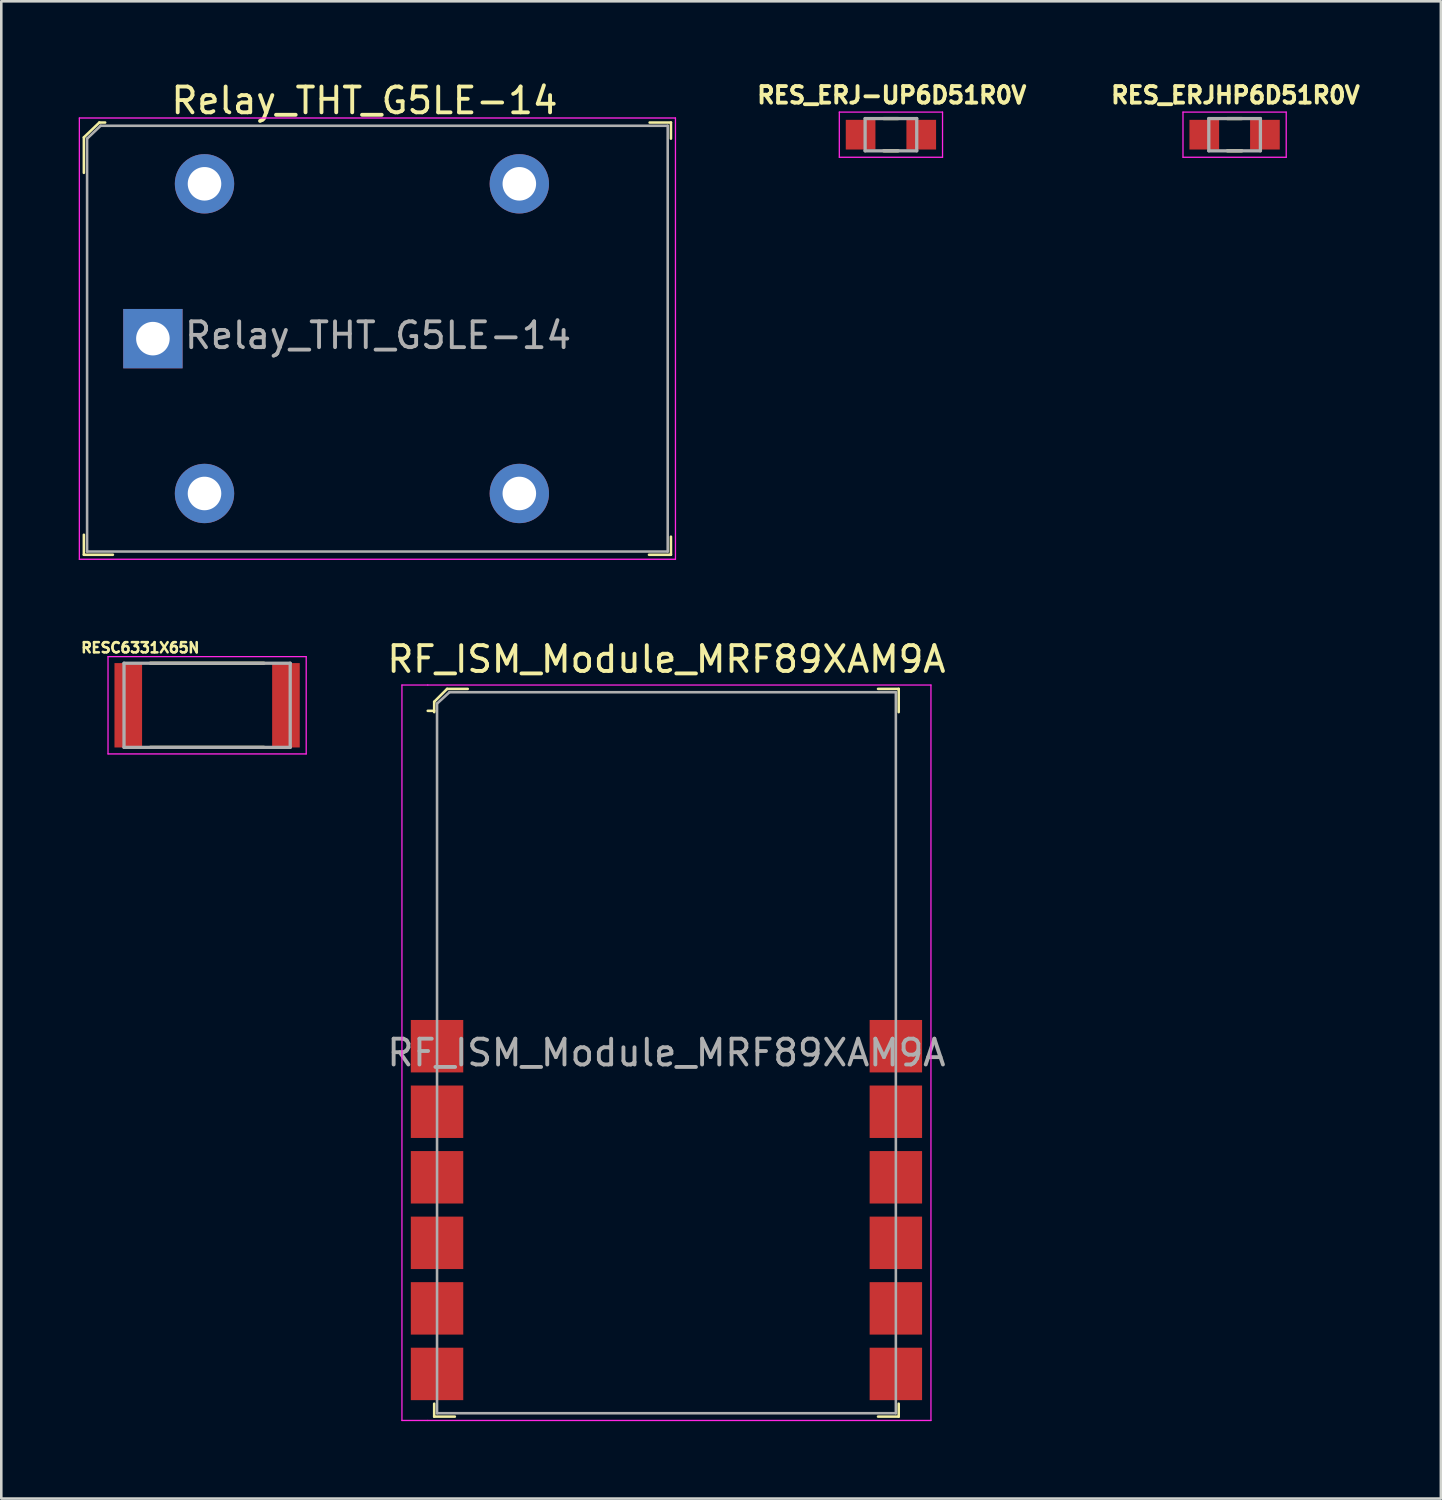
<source format=kicad_pcb>
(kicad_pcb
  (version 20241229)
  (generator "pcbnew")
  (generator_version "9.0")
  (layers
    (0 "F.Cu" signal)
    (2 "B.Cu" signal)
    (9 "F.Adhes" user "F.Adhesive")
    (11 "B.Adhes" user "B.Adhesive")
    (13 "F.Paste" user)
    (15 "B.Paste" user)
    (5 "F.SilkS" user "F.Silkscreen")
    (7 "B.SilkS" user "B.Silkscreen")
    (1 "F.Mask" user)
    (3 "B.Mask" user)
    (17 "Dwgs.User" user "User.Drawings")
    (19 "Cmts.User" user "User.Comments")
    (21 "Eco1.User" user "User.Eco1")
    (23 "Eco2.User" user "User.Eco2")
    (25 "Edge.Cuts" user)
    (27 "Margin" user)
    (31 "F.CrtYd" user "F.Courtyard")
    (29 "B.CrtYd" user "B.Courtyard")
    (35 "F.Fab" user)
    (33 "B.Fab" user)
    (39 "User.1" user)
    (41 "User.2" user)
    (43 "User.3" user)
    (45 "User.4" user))
  (footprint "RES_ERJHP6D51R0V"
    (layer "F.Cu")
    (at 44.793 2.169)
    (property "Reference" "RES_ERJHP6D51R0V" (at 0.032 -1.531 0) (layer "F.SilkS") (effects (font (size 0.64 0.64) (thickness 0.15))))
    (attr smd)
    (fp_line (start -0.28 -0.625) (end 0.28 -0.625) (stroke (width 0.127) (type solid)) (layer "F.SilkS"))
    (fp_line (start -0.28 0.625) (end 0.28 0.625) (stroke (width 0.127) (type solid)) (layer "F.SilkS"))
    (fp_line (start -2 -0.875) (end -2 0.875) (stroke (width 0.05) (type solid)) (layer "F.CrtYd"))
    (fp_line (start -2 0.875) (end 2 0.875) (stroke (width 0.05) (type solid)) (layer "F.CrtYd"))
    (fp_line (start 2 -0.875) (end -2 -0.875) (stroke (width 0.05) (type solid)) (layer "F.CrtYd"))
    (fp_line (start 2 0.875) (end 2 -0.875) (stroke (width 0.05) (type solid)) (layer "F.CrtYd"))
    (fp_line (start -1 -0.625) (end -1 0.625) (stroke (width 0.127) (type solid)) (layer "F.Fab"))
    (fp_line (start -1 -0.625) (end 1 -0.625) (stroke (width 0.127) (type solid)) (layer "F.Fab"))
    (fp_line (start -1 0.625) (end 1 0.625) (stroke (width 0.127) (type solid)) (layer "F.Fab"))
    (fp_line (start 1 -0.625) (end 1 0.625) (stroke (width 0.127) (type solid)) (layer "F.Fab"))
    (pad "1" smd rect (at -1.175 0) (size 1.15 1.15) (layers "F.Cu" "F.Mask" "F.Paste"))
    (pad "2" smd rect (at 1.175 0) (size 1.15 1.15) (layers "F.Cu" "F.Mask" "F.Paste")))
  (footprint "RES_ERJ-UP6D51R0V"
    (layer "F.Cu")
    (at 31.475 2.169)
    (property "Reference" "RES_ERJ-UP6D51R0V" (at 0.032 -1.531 0) (layer "F.SilkS") (effects (font (size 0.64 0.64) (thickness 0.15))))
    (attr smd)
    (fp_line (start -0.28 -0.625) (end 0.28 -0.625) (stroke (width 0.127) (type solid)) (layer "F.SilkS"))
    (fp_line (start -0.28 0.625) (end 0.28 0.625) (stroke (width 0.127) (type solid)) (layer "F.SilkS"))
    (fp_line (start -2 -0.875) (end -2 0.875) (stroke (width 0.05) (type solid)) (layer "F.CrtYd"))
    (fp_line (start -2 0.875) (end 2 0.875) (stroke (width 0.05) (type solid)) (layer "F.CrtYd"))
    (fp_line (start 2 -0.875) (end -2 -0.875) (stroke (width 0.05) (type solid)) (layer "F.CrtYd"))
    (fp_line (start 2 0.875) (end 2 -0.875) (stroke (width 0.05) (type solid)) (layer "F.CrtYd"))
    (fp_line (start -1 -0.625) (end -1 0.625) (stroke (width 0.127) (type solid)) (layer "F.Fab"))
    (fp_line (start -1 -0.625) (end 1 -0.625) (stroke (width 0.127) (type solid)) (layer "F.Fab"))
    (fp_line (start -1 0.625) (end 1 0.625) (stroke (width 0.127) (type solid)) (layer "F.Fab"))
    (fp_line (start 1 -0.625) (end 1 0.625) (stroke (width 0.127) (type solid)) (layer "F.Fab"))
    (pad "1" smd rect (at -1.175 0) (size 1.15 1.15) (layers "F.Cu" "F.Mask" "F.Paste"))
    (pad "2" smd rect (at 1.175 0) (size 1.15 1.15) (layers "F.Cu" "F.Mask" "F.Paste")))
  (footprint "Relay_THT_G5LE-14"
    (layer "F.Cu")
    (at 2.875 10.073)
    (property "Reference" "Relay_THT_G5LE-14" (at 8.2 -9.225 0) (layer "F.SilkS") (effects (font (size 1 1) (thickness 0.15))))
    (attr through_hole)
    (fp_line (start -2.675 -7.8) (end -2.675 -6.425) (stroke (width 0.1) (type solid)) (layer "F.SilkS"))
    (fp_line (start -2.675 8.375) (end -2.675 7.6) (stroke (width 0.1) (type solid)) (layer "F.SilkS"))
    (fp_line (start -2.075 -8.375) (end -2.675 -7.8) (stroke (width 0.1) (type solid)) (layer "F.SilkS"))
    (fp_line (start -1.85 -8.375) (end -2.075 -8.375) (stroke (width 0.1) (type solid)) (layer "F.SilkS"))
    (fp_line (start -1.55 8.375) (end -2.675 8.375) (stroke (width 0.1) (type solid)) (layer "F.SilkS"))
    (fp_line (start 19.25 -8.375) (end 20.075 -8.375) (stroke (width 0.1) (type solid)) (layer "F.SilkS"))
    (fp_line (start 20.075 -8.375) (end 20.075 -7.75) (stroke (width 0.1) (type solid)) (layer "F.SilkS"))
    (fp_line (start 20.075 7.675) (end 20.075 8.375) (stroke (width 0.1) (type solid)) (layer "F.SilkS"))
    (fp_line (start 20.075 8.375) (end 19.225 8.375) (stroke (width 0.1) (type solid)) (layer "F.SilkS"))
    (fp_line (start -2.85 -8.55) (end -2.85 8.55) (stroke (width 0.05) (type solid)) (layer "F.CrtYd"))
    (fp_line (start -2.85 -8.55) (end 20.25 -8.55) (stroke (width 0.05) (type solid)) (layer "F.CrtYd"))
    (fp_line (start 20.25 -8.55) (end 20.25 8.55) (stroke (width 0.05) (type solid)) (layer "F.CrtYd"))
    (fp_line (start 20.25 8.55) (end -2.85 8.55) (stroke (width 0.05) (type solid)) (layer "F.CrtYd"))
    (fp_line (start -2.55 -7.75) (end -2.55 8.25) (stroke (width 0.1) (type solid)) (layer "F.Fab"))
    (fp_line (start -2.55 8.25) (end 19.95 8.25) (stroke (width 0.1) (type solid)) (layer "F.Fab"))
    (fp_line (start -2.025 -8.25) (end -2.55 -7.75) (stroke (width 0.1) (type solid)) (layer "F.Fab"))
    (fp_line (start -2.025 -8.25) (end 19.95 -8.25) (stroke (width 0.1) (type solid)) (layer "F.Fab"))
    (fp_line (start 19.95 -8.25) (end 19.95 8.25) (stroke (width 0.1) (type solid)) (layer "F.Fab"))
    (fp_text user "${REFERENCE}" (at 8.725 -0.125 0) (layer "F.Fab") (effects (font (size 1 1) (thickness 0.15))))
    (pad "1" thru_hole rect (at 0 0) (size 2.3 2.3) (drill 1.3) (layers "*.Cu" "*.Mask"))
    (pad "2" thru_hole circle (at 2 6) (size 2.3 2.3) (drill 1.3) (layers "*.Cu" "*.Mask"))
    (pad "3" thru_hole circle (at 14.2 6) (size 2.3 2.3) (drill 1.3) (layers "*.Cu" "*.Mask"))
    (pad "4" thru_hole circle (at 14.2 -6) (size 2.3 2.3) (drill 1.3) (layers "*.Cu" "*.Mask"))
    (pad "5" thru_hole circle (at 2 -6) (size 2.3 2.3) (drill 1.3) (layers "*.Cu" "*.Mask")))
  (footprint "RF_ISM_Module_MRF89XAM9A"
    (layer "F.Cu")
    (at 22.776 37.746)
    (property "Reference" "RF_ISM_Module_MRF89XAM9A" (at 0 -15.25 0) (layer "F.SilkS") (effects (font (size 1 1) (thickness 0.15))))
    (attr smd)
    (fp_line (start -9 -13.6) (end -9 -13.2) (stroke (width 0.1) (type solid)) (layer "F.SilkS"))
    (fp_line (start -9 -13.25) (end -9.25 -13.25) (stroke (width 0.1) (type solid)) (layer "F.SilkS"))
    (fp_line (start -9 13.6) (end -9 14.1) (stroke (width 0.1) (type solid)) (layer "F.SilkS"))
    (fp_line (start -9 14.1) (end -8.2 14.1) (stroke (width 0.1) (type solid)) (layer "F.SilkS"))
    (fp_line (start -8.5 -14.1) (end -9 -13.6) (stroke (width 0.1) (type solid)) (layer "F.SilkS"))
    (fp_line (start -7.7 -14.1) (end -8.5 -14.1) (stroke (width 0.1) (type solid)) (layer "F.SilkS"))
    (fp_line (start 8.2 -14.1) (end 9 -14.1) (stroke (width 0.1) (type solid)) (layer "F.SilkS"))
    (fp_line (start 9 -14.1) (end 9 -13.2) (stroke (width 0.1) (type solid)) (layer "F.SilkS"))
    (fp_line (start 9 13.6) (end 9 14.1) (stroke (width 0.1) (type solid)) (layer "F.SilkS"))
    (fp_line (start 9 14.1) (end 8.2 14.1) (stroke (width 0.1) (type solid)) (layer "F.SilkS"))
    (fp_line (start -10.25 -14.25) (end -10.25 14.25) (stroke (width 0.05) (type solid)) (layer "F.CrtYd"))
    (fp_line (start -10.25 -14.25) (end -9.25 -14.25) (stroke (width 0.05) (type solid)) (layer "F.CrtYd"))
    (fp_line (start -10.25 14.25) (end -9.25 14.25) (stroke (width 0.05) (type solid)) (layer "F.CrtYd"))
    (fp_line (start -9.25 -14.25) (end 10.25 -14.25) (stroke (width 0.05) (type solid)) (layer "F.CrtYd"))
    (fp_line (start -9.25 14.25) (end 10.25 14.25) (stroke (width 0.05) (type solid)) (layer "F.CrtYd"))
    (fp_line (start 10.25 -14.25) (end 10.25 14.25) (stroke (width 0.05) (type solid)) (layer "F.CrtYd"))
    (fp_line (start -8.89 13.97) (end -8.89 -13.53) (stroke (width 0.1) (type solid)) (layer "F.Fab"))
    (fp_line (start -8.89 13.97) (end 8.89 13.97) (stroke (width 0.1) (type solid)) (layer "F.Fab"))
    (fp_line (start -8.41 -13.97) (end -8.89 -13.53) (stroke (width 0.1) (type solid)) (layer "F.Fab"))
    (fp_line (start 8.89 -13.97) (end -8.41 -13.97) (stroke (width 0.1) (type solid)) (layer "F.Fab"))
    (fp_line (start 8.89 -13.97) (end 8.89 13.97) (stroke (width 0.1) (type solid)) (layer "F.Fab"))
    (fp_text user "${REFERENCE}" (at 0 0 0) (layer "F.Fab") (effects (font (size 1 1) (thickness 0.15))))
    (pad "1" smd rect (at -8.89 -0.254) (size 2.032 2.032) (layers "F.Cu" "F.Mask" "F.Paste"))
    (pad "2" smd rect (at -8.89 2.286) (size 2.032 2.032) (layers "F.Cu" "F.Mask" "F.Paste"))
    (pad "3" smd rect (at -8.89 4.826) (size 2.032 2.032) (layers "F.Cu" "F.Mask" "F.Paste"))
    (pad "4" smd rect (at -8.89 7.366) (size 2.032 2.032) (layers "F.Cu" "F.Mask" "F.Paste"))
    (pad "5" smd rect (at -8.89 9.906) (size 2.032 2.032) (layers "F.Cu" "F.Mask" "F.Paste"))
    (pad "6" smd rect (at -8.89 12.446) (size 2.032 2.032) (layers "F.Cu" "F.Mask" "F.Paste"))
    (pad "7" smd rect (at 8.89 12.446) (size 2.032 2.032) (layers "F.Cu" "F.Mask" "F.Paste"))
    (pad "8" smd rect (at 8.89 9.906) (size 2.032 2.032) (layers "F.Cu" "F.Mask" "F.Paste"))
    (pad "9" smd rect (at 8.89 7.366) (size 2.032 2.032) (layers "F.Cu" "F.Mask" "F.Paste"))
    (pad "10" smd rect (at 8.89 4.826) (size 2.032 2.032) (layers "F.Cu" "F.Mask" "F.Paste"))
    (pad "11" smd rect (at 8.89 2.286) (size 2.032 2.032) (layers "F.Cu" "F.Mask" "F.Paste"))
    (pad "12" smd rect (at 8.89 -0.254) (size 2.032 2.032) (layers "F.Cu" "F.Mask" "F.Paste")))
  (footprint "RESC6331X65N"
    (layer "F.Cu")
    (at 4.976 24.281)
    (property "Reference" "RESC6331X65N" (at -2.59 -2.23 0) (layer "F.SilkS") (effects (font (size 0.394 0.394) (thickness 0.098))))
    (attr smd)
    (fp_line (start -2.2 -1.63) (end 2.2 -1.63) (stroke (width 0.127) (type solid)) (layer "F.SilkS"))
    (fp_line (start -2.2 1.63) (end 2.2 1.63) (stroke (width 0.127) (type solid)) (layer "F.SilkS"))
    (fp_line (start -3.84 -1.885) (end 3.84 -1.885) (stroke (width 0.05) (type solid)) (layer "F.CrtYd"))
    (fp_line (start -3.84 1.885) (end -3.84 -1.885) (stroke (width 0.05) (type solid)) (layer "F.CrtYd"))
    (fp_line (start -3.84 1.885) (end 3.84 1.885) (stroke (width 0.05) (type solid)) (layer "F.CrtYd"))
    (fp_line (start 3.84 1.885) (end 3.84 -1.885) (stroke (width 0.05) (type solid)) (layer "F.CrtYd"))
    (fp_line (start -3.22 1.63) (end -3.22 -1.63) (stroke (width 0.127) (type solid)) (layer "F.Fab"))
    (fp_line (start 3.22 -1.63) (end -3.22 -1.63) (stroke (width 0.127) (type solid)) (layer "F.Fab"))
    (fp_line (start 3.22 1.63) (end -3.22 1.63) (stroke (width 0.127) (type solid)) (layer "F.Fab"))
    (fp_line (start 3.22 1.63) (end 3.22 -1.63) (stroke (width 0.127) (type solid)) (layer "F.Fab"))
    (pad "1" smd rect (at -3.055 0) (size 1.07 3.27) (layers "F.Cu" "F.Mask" "F.Paste"))
    (pad "2" smd rect (at 3.055 0) (size 1.07 3.27) (layers "F.Cu" "F.Mask" "F.Paste")))
  (gr_rect
    (start -3 -3)
    (end 52.786 55.022)
    (stroke (width 0.1) (type default))
    (fill no)
    (layer "Edge.Cuts")))
</source>
